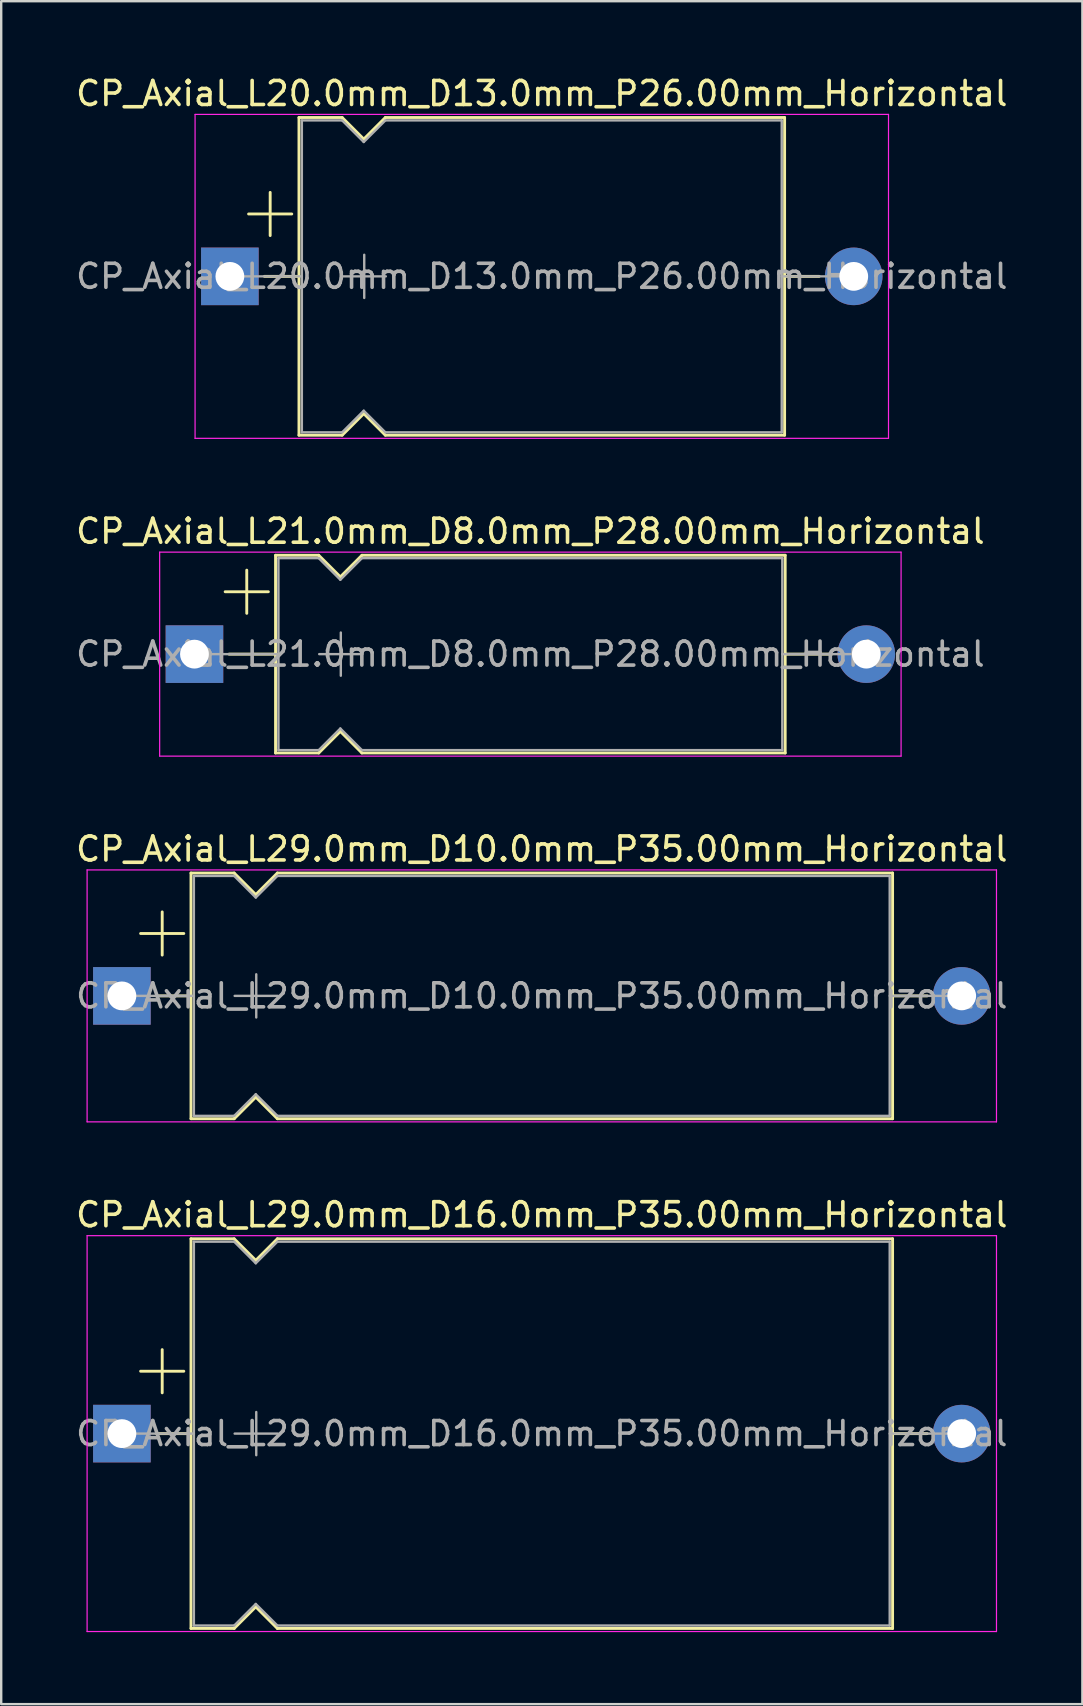
<source format=kicad_pcb>
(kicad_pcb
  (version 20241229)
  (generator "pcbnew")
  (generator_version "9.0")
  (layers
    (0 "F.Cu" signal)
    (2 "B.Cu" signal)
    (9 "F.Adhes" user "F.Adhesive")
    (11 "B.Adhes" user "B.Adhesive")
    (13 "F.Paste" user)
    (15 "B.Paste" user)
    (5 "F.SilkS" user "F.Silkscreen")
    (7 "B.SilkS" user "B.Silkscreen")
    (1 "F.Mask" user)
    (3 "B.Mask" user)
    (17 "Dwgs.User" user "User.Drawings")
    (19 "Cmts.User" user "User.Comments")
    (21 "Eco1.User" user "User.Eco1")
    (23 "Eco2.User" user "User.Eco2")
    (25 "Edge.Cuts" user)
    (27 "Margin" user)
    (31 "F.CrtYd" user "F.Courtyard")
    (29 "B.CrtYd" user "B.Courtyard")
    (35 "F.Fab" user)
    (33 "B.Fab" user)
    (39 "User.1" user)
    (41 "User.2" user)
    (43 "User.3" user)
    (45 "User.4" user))
  (footprint "CP_Axial_L21.0mm_D8.0mm_P28.00mm_Horizontal"
    (layer "F.Cu")
    (at 5.054 24.212)
    (property "Reference" "CP_Axial_L21.0mm_D8.0mm_P28.00mm_Horizontal" (at 14 -5.12 0) (layer "F.SilkS") (effects (font (size 1 1) (thickness 0.15))))
    (attr through_hole)
    (fp_line (start 1.28 -2.6) (end 3.08 -2.6) (stroke (width 0.12) (type solid)) (layer "F.SilkS"))
    (fp_line (start 1.44 0) (end 3.38 0) (stroke (width 0.12) (type solid)) (layer "F.SilkS"))
    (fp_line (start 2.18 -3.5) (end 2.18 -1.7) (stroke (width 0.12) (type solid)) (layer "F.SilkS"))
    (fp_line (start 3.38 -4.12) (end 3.38 4.12) (stroke (width 0.12) (type solid)) (layer "F.SilkS"))
    (fp_line (start 3.38 -4.12) (end 5.18 -4.12) (stroke (width 0.12) (type solid)) (layer "F.SilkS"))
    (fp_line (start 3.38 4.12) (end 5.18 4.12) (stroke (width 0.12) (type solid)) (layer "F.SilkS"))
    (fp_line (start 5.18 -4.12) (end 6.08 -3.22) (stroke (width 0.12) (type solid)) (layer "F.SilkS"))
    (fp_line (start 5.18 4.12) (end 6.08 3.22) (stroke (width 0.12) (type solid)) (layer "F.SilkS"))
    (fp_line (start 6.08 -3.22) (end 6.98 -4.12) (stroke (width 0.12) (type solid)) (layer "F.SilkS"))
    (fp_line (start 6.08 3.22) (end 6.98 4.12) (stroke (width 0.12) (type solid)) (layer "F.SilkS"))
    (fp_line (start 6.98 -4.12) (end 24.62 -4.12) (stroke (width 0.12) (type solid)) (layer "F.SilkS"))
    (fp_line (start 6.98 4.12) (end 24.62 4.12) (stroke (width 0.12) (type solid)) (layer "F.SilkS"))
    (fp_line (start 24.62 -4.12) (end 24.62 4.12) (stroke (width 0.12) (type solid)) (layer "F.SilkS"))
    (fp_line (start 26.56 0) (end 24.62 0) (stroke (width 0.12) (type solid)) (layer "F.SilkS"))
    (fp_line (start -1.45 -4.25) (end -1.45 4.25) (stroke (width 0.05) (type solid)) (layer "F.CrtYd"))
    (fp_line (start -1.45 4.25) (end 29.45 4.25) (stroke (width 0.05) (type solid)) (layer "F.CrtYd"))
    (fp_line (start 29.45 -4.25) (end -1.45 -4.25) (stroke (width 0.05) (type solid)) (layer "F.CrtYd"))
    (fp_line (start 29.45 4.25) (end 29.45 -4.25) (stroke (width 0.05) (type solid)) (layer "F.CrtYd"))
    (fp_line (start 0 0) (end 3.5 0) (stroke (width 0.1) (type solid)) (layer "F.Fab"))
    (fp_line (start 3.5 -4) (end 3.5 4) (stroke (width 0.1) (type solid)) (layer "F.Fab"))
    (fp_line (start 3.5 -4) (end 5.18 -4) (stroke (width 0.1) (type solid)) (layer "F.Fab"))
    (fp_line (start 3.5 4) (end 5.18 4) (stroke (width 0.1) (type solid)) (layer "F.Fab"))
    (fp_line (start 5.18 -4) (end 6.08 -3.1) (stroke (width 0.1) (type solid)) (layer "F.Fab"))
    (fp_line (start 5.18 4) (end 6.08 3.1) (stroke (width 0.1) (type solid)) (layer "F.Fab"))
    (fp_line (start 5.2 0) (end 7 0) (stroke (width 0.1) (type solid)) (layer "F.Fab"))
    (fp_line (start 6.08 -3.1) (end 6.98 -4) (stroke (width 0.1) (type solid)) (layer "F.Fab"))
    (fp_line (start 6.08 3.1) (end 6.98 4) (stroke (width 0.1) (type solid)) (layer "F.Fab"))
    (fp_line (start 6.1 -0.9) (end 6.1 0.9) (stroke (width 0.1) (type solid)) (layer "F.Fab"))
    (fp_line (start 6.98 -4) (end 24.5 -4) (stroke (width 0.1) (type solid)) (layer "F.Fab"))
    (fp_line (start 6.98 4) (end 24.5 4) (stroke (width 0.1) (type solid)) (layer "F.Fab"))
    (fp_line (start 24.5 -4) (end 24.5 4) (stroke (width 0.1) (type solid)) (layer "F.Fab"))
    (fp_line (start 28 0) (end 24.5 0) (stroke (width 0.1) (type solid)) (layer "F.Fab"))
    (fp_text user "${REFERENCE}" (at 14 0 0) (layer "F.Fab") (effects (font (size 1 1) (thickness 0.15))))
    (pad "1" thru_hole rect (at 0 0) (size 2.4 2.4) (drill 1.2) (layers "*.Cu" "*.Mask"))
    (pad "2" thru_hole oval (at 28 0) (size 2.4 2.4) (drill 1.2) (layers "*.Cu" "*.Mask")))
  (footprint "CP_Axial_L20.0mm_D13.0mm_P26.00mm_Horizontal"
    (layer "F.Cu")
    (at 6.53 8.468)
    (property "Reference" "CP_Axial_L20.0mm_D13.0mm_P26.00mm_Horizontal" (at 13 -7.62 0) (layer "F.SilkS") (effects (font (size 1 1) (thickness 0.15))))
    (attr through_hole)
    (fp_line (start 0.78 -2.6) (end 2.58 -2.6) (stroke (width 0.12) (type solid)) (layer "F.SilkS"))
    (fp_line (start 1.44 0) (end 2.88 0) (stroke (width 0.12) (type solid)) (layer "F.SilkS"))
    (fp_line (start 1.68 -3.5) (end 1.68 -1.7) (stroke (width 0.12) (type solid)) (layer "F.SilkS"))
    (fp_line (start 2.88 -6.62) (end 2.88 6.62) (stroke (width 0.12) (type solid)) (layer "F.SilkS"))
    (fp_line (start 2.88 -6.62) (end 4.68 -6.62) (stroke (width 0.12) (type solid)) (layer "F.SilkS"))
    (fp_line (start 2.88 6.62) (end 4.68 6.62) (stroke (width 0.12) (type solid)) (layer "F.SilkS"))
    (fp_line (start 4.68 -6.62) (end 5.58 -5.72) (stroke (width 0.12) (type solid)) (layer "F.SilkS"))
    (fp_line (start 4.68 6.62) (end 5.58 5.72) (stroke (width 0.12) (type solid)) (layer "F.SilkS"))
    (fp_line (start 5.58 -5.72) (end 6.48 -6.62) (stroke (width 0.12) (type solid)) (layer "F.SilkS"))
    (fp_line (start 5.58 5.72) (end 6.48 6.62) (stroke (width 0.12) (type solid)) (layer "F.SilkS"))
    (fp_line (start 6.48 -6.62) (end 23.12 -6.62) (stroke (width 0.12) (type solid)) (layer "F.SilkS"))
    (fp_line (start 6.48 6.62) (end 23.12 6.62) (stroke (width 0.12) (type solid)) (layer "F.SilkS"))
    (fp_line (start 23.12 -6.62) (end 23.12 6.62) (stroke (width 0.12) (type solid)) (layer "F.SilkS"))
    (fp_line (start 24.56 0) (end 23.12 0) (stroke (width 0.12) (type solid)) (layer "F.SilkS"))
    (fp_line (start -1.45 -6.75) (end -1.45 6.75) (stroke (width 0.05) (type solid)) (layer "F.CrtYd"))
    (fp_line (start -1.45 6.75) (end 27.45 6.75) (stroke (width 0.05) (type solid)) (layer "F.CrtYd"))
    (fp_line (start 27.45 -6.75) (end -1.45 -6.75) (stroke (width 0.05) (type solid)) (layer "F.CrtYd"))
    (fp_line (start 27.45 6.75) (end 27.45 -6.75) (stroke (width 0.05) (type solid)) (layer "F.CrtYd"))
    (fp_line (start 0 0) (end 3 0) (stroke (width 0.1) (type solid)) (layer "F.Fab"))
    (fp_line (start 3 -6.5) (end 3 6.5) (stroke (width 0.1) (type solid)) (layer "F.Fab"))
    (fp_line (start 3 -6.5) (end 4.68 -6.5) (stroke (width 0.1) (type solid)) (layer "F.Fab"))
    (fp_line (start 3 6.5) (end 4.68 6.5) (stroke (width 0.1) (type solid)) (layer "F.Fab"))
    (fp_line (start 4.68 -6.5) (end 5.58 -5.6) (stroke (width 0.1) (type solid)) (layer "F.Fab"))
    (fp_line (start 4.68 6.5) (end 5.58 5.6) (stroke (width 0.1) (type solid)) (layer "F.Fab"))
    (fp_line (start 4.7 0) (end 6.5 0) (stroke (width 0.1) (type solid)) (layer "F.Fab"))
    (fp_line (start 5.58 -5.6) (end 6.48 -6.5) (stroke (width 0.1) (type solid)) (layer "F.Fab"))
    (fp_line (start 5.58 5.6) (end 6.48 6.5) (stroke (width 0.1) (type solid)) (layer "F.Fab"))
    (fp_line (start 5.6 -0.9) (end 5.6 0.9) (stroke (width 0.1) (type solid)) (layer "F.Fab"))
    (fp_line (start 6.48 -6.5) (end 23 -6.5) (stroke (width 0.1) (type solid)) (layer "F.Fab"))
    (fp_line (start 6.48 6.5) (end 23 6.5) (stroke (width 0.1) (type solid)) (layer "F.Fab"))
    (fp_line (start 23 -6.5) (end 23 6.5) (stroke (width 0.1) (type solid)) (layer "F.Fab"))
    (fp_line (start 26 0) (end 23 0) (stroke (width 0.1) (type solid)) (layer "F.Fab"))
    (fp_text user "${REFERENCE}" (at 13 0 0) (layer "F.Fab") (effects (font (size 1 1) (thickness 0.15))))
    (pad "1" thru_hole rect (at 0 0) (size 2.4 2.4) (drill 1.2) (layers "*.Cu" "*.Mask"))
    (pad "2" thru_hole oval (at 26 0) (size 2.4 2.4) (drill 1.2) (layers "*.Cu" "*.Mask")))
  (footprint "CP_Axial_L29.0mm_D16.0mm_P35.00mm_Horizontal"
    (layer "F.Cu")
    (at 2.03 56.698)
    (property "Reference" "CP_Axial_L29.0mm_D16.0mm_P35.00mm_Horizontal" (at 17.5 -9.12 0) (layer "F.SilkS") (effects (font (size 1 1) (thickness 0.15))))
    (attr through_hole)
    (fp_line (start 0.78 -2.6) (end 2.58 -2.6) (stroke (width 0.12) (type solid)) (layer "F.SilkS"))
    (fp_line (start 1.44 0) (end 2.88 0) (stroke (width 0.12) (type solid)) (layer "F.SilkS"))
    (fp_line (start 1.68 -3.5) (end 1.68 -1.7) (stroke (width 0.12) (type solid)) (layer "F.SilkS"))
    (fp_line (start 2.88 -8.12) (end 2.88 8.12) (stroke (width 0.12) (type solid)) (layer "F.SilkS"))
    (fp_line (start 2.88 -8.12) (end 4.68 -8.12) (stroke (width 0.12) (type solid)) (layer "F.SilkS"))
    (fp_line (start 2.88 8.12) (end 4.68 8.12) (stroke (width 0.12) (type solid)) (layer "F.SilkS"))
    (fp_line (start 4.68 -8.12) (end 5.58 -7.22) (stroke (width 0.12) (type solid)) (layer "F.SilkS"))
    (fp_line (start 4.68 8.12) (end 5.58 7.22) (stroke (width 0.12) (type solid)) (layer "F.SilkS"))
    (fp_line (start 5.58 -7.22) (end 6.48 -8.12) (stroke (width 0.12) (type solid)) (layer "F.SilkS"))
    (fp_line (start 5.58 7.22) (end 6.48 8.12) (stroke (width 0.12) (type solid)) (layer "F.SilkS"))
    (fp_line (start 6.48 -8.12) (end 32.12 -8.12) (stroke (width 0.12) (type solid)) (layer "F.SilkS"))
    (fp_line (start 6.48 8.12) (end 32.12 8.12) (stroke (width 0.12) (type solid)) (layer "F.SilkS"))
    (fp_line (start 32.12 -8.12) (end 32.12 8.12) (stroke (width 0.12) (type solid)) (layer "F.SilkS"))
    (fp_line (start 33.56 0) (end 32.12 0) (stroke (width 0.12) (type solid)) (layer "F.SilkS"))
    (fp_line (start -1.45 -8.25) (end -1.45 8.25) (stroke (width 0.05) (type solid)) (layer "F.CrtYd"))
    (fp_line (start -1.45 8.25) (end 36.45 8.25) (stroke (width 0.05) (type solid)) (layer "F.CrtYd"))
    (fp_line (start 36.45 -8.25) (end -1.45 -8.25) (stroke (width 0.05) (type solid)) (layer "F.CrtYd"))
    (fp_line (start 36.45 8.25) (end 36.45 -8.25) (stroke (width 0.05) (type solid)) (layer "F.CrtYd"))
    (fp_line (start 0 0) (end 3 0) (stroke (width 0.1) (type solid)) (layer "F.Fab"))
    (fp_line (start 3 -8) (end 3 8) (stroke (width 0.1) (type solid)) (layer "F.Fab"))
    (fp_line (start 3 -8) (end 4.68 -8) (stroke (width 0.1) (type solid)) (layer "F.Fab"))
    (fp_line (start 3 8) (end 4.68 8) (stroke (width 0.1) (type solid)) (layer "F.Fab"))
    (fp_line (start 4.68 -8) (end 5.58 -7.1) (stroke (width 0.1) (type solid)) (layer "F.Fab"))
    (fp_line (start 4.68 8) (end 5.58 7.1) (stroke (width 0.1) (type solid)) (layer "F.Fab"))
    (fp_line (start 4.7 0) (end 6.5 0) (stroke (width 0.1) (type solid)) (layer "F.Fab"))
    (fp_line (start 5.58 -7.1) (end 6.48 -8) (stroke (width 0.1) (type solid)) (layer "F.Fab"))
    (fp_line (start 5.58 7.1) (end 6.48 8) (stroke (width 0.1) (type solid)) (layer "F.Fab"))
    (fp_line (start 5.6 -0.9) (end 5.6 0.9) (stroke (width 0.1) (type solid)) (layer "F.Fab"))
    (fp_line (start 6.48 -8) (end 32 -8) (stroke (width 0.1) (type solid)) (layer "F.Fab"))
    (fp_line (start 6.48 8) (end 32 8) (stroke (width 0.1) (type solid)) (layer "F.Fab"))
    (fp_line (start 32 -8) (end 32 8) (stroke (width 0.1) (type solid)) (layer "F.Fab"))
    (fp_line (start 35 0) (end 32 0) (stroke (width 0.1) (type solid)) (layer "F.Fab"))
    (fp_text user "${REFERENCE}" (at 17.5 0 0) (layer "F.Fab") (effects (font (size 1 1) (thickness 0.15))))
    (pad "1" thru_hole rect (at 0 0) (size 2.4 2.4) (drill 1.2) (layers "*.Cu" "*.Mask"))
    (pad "2" thru_hole oval (at 35 0) (size 2.4 2.4) (drill 1.2) (layers "*.Cu" "*.Mask")))
  (footprint "CP_Axial_L29.0mm_D10.0mm_P35.00mm_Horizontal"
    (layer "F.Cu")
    (at 2.03 38.455)
    (property "Reference" "CP_Axial_L29.0mm_D10.0mm_P35.00mm_Horizontal" (at 17.5 -6.12 0) (layer "F.SilkS") (effects (font (size 1 1) (thickness 0.15))))
    (attr through_hole)
    (fp_line (start 0.78 -2.6) (end 2.58 -2.6) (stroke (width 0.12) (type solid)) (layer "F.SilkS"))
    (fp_line (start 1.44 0) (end 2.88 0) (stroke (width 0.12) (type solid)) (layer "F.SilkS"))
    (fp_line (start 1.68 -3.5) (end 1.68 -1.7) (stroke (width 0.12) (type solid)) (layer "F.SilkS"))
    (fp_line (start 2.88 -5.12) (end 2.88 5.12) (stroke (width 0.12) (type solid)) (layer "F.SilkS"))
    (fp_line (start 2.88 -5.12) (end 4.68 -5.12) (stroke (width 0.12) (type solid)) (layer "F.SilkS"))
    (fp_line (start 2.88 5.12) (end 4.68 5.12) (stroke (width 0.12) (type solid)) (layer "F.SilkS"))
    (fp_line (start 4.68 -5.12) (end 5.58 -4.22) (stroke (width 0.12) (type solid)) (layer "F.SilkS"))
    (fp_line (start 4.68 5.12) (end 5.58 4.22) (stroke (width 0.12) (type solid)) (layer "F.SilkS"))
    (fp_line (start 5.58 -4.22) (end 6.48 -5.12) (stroke (width 0.12) (type solid)) (layer "F.SilkS"))
    (fp_line (start 5.58 4.22) (end 6.48 5.12) (stroke (width 0.12) (type solid)) (layer "F.SilkS"))
    (fp_line (start 6.48 -5.12) (end 32.12 -5.12) (stroke (width 0.12) (type solid)) (layer "F.SilkS"))
    (fp_line (start 6.48 5.12) (end 32.12 5.12) (stroke (width 0.12) (type solid)) (layer "F.SilkS"))
    (fp_line (start 32.12 -5.12) (end 32.12 5.12) (stroke (width 0.12) (type solid)) (layer "F.SilkS"))
    (fp_line (start 33.56 0) (end 32.12 0) (stroke (width 0.12) (type solid)) (layer "F.SilkS"))
    (fp_line (start -1.45 -5.25) (end -1.45 5.25) (stroke (width 0.05) (type solid)) (layer "F.CrtYd"))
    (fp_line (start -1.45 5.25) (end 36.45 5.25) (stroke (width 0.05) (type solid)) (layer "F.CrtYd"))
    (fp_line (start 36.45 -5.25) (end -1.45 -5.25) (stroke (width 0.05) (type solid)) (layer "F.CrtYd"))
    (fp_line (start 36.45 5.25) (end 36.45 -5.25) (stroke (width 0.05) (type solid)) (layer "F.CrtYd"))
    (fp_line (start 0 0) (end 3 0) (stroke (width 0.1) (type solid)) (layer "F.Fab"))
    (fp_line (start 3 -5) (end 3 5) (stroke (width 0.1) (type solid)) (layer "F.Fab"))
    (fp_line (start 3 -5) (end 4.68 -5) (stroke (width 0.1) (type solid)) (layer "F.Fab"))
    (fp_line (start 3 5) (end 4.68 5) (stroke (width 0.1) (type solid)) (layer "F.Fab"))
    (fp_line (start 4.68 -5) (end 5.58 -4.1) (stroke (width 0.1) (type solid)) (layer "F.Fab"))
    (fp_line (start 4.68 5) (end 5.58 4.1) (stroke (width 0.1) (type solid)) (layer "F.Fab"))
    (fp_line (start 4.7 0) (end 6.5 0) (stroke (width 0.1) (type solid)) (layer "F.Fab"))
    (fp_line (start 5.58 -4.1) (end 6.48 -5) (stroke (width 0.1) (type solid)) (layer "F.Fab"))
    (fp_line (start 5.58 4.1) (end 6.48 5) (stroke (width 0.1) (type solid)) (layer "F.Fab"))
    (fp_line (start 5.6 -0.9) (end 5.6 0.9) (stroke (width 0.1) (type solid)) (layer "F.Fab"))
    (fp_line (start 6.48 -5) (end 32 -5) (stroke (width 0.1) (type solid)) (layer "F.Fab"))
    (fp_line (start 6.48 5) (end 32 5) (stroke (width 0.1) (type solid)) (layer "F.Fab"))
    (fp_line (start 32 -5) (end 32 5) (stroke (width 0.1) (type solid)) (layer "F.Fab"))
    (fp_line (start 35 0) (end 32 0) (stroke (width 0.1) (type solid)) (layer "F.Fab"))
    (fp_text user "${REFERENCE}" (at 17.5 0 0) (layer "F.Fab") (effects (font (size 1 1) (thickness 0.15))))
    (pad "1" thru_hole rect (at 0 0) (size 2.4 2.4) (drill 1.2) (layers "*.Cu" "*.Mask"))
    (pad "2" thru_hole oval (at 35 0) (size 2.4 2.4) (drill 1.2) (layers "*.Cu" "*.Mask")))
  (gr_rect
    (start -3 -3)
    (end 42.06 67.973)
    (stroke (width 0.1) (type default))
    (fill no)
    (layer "Edge.Cuts")))
</source>
